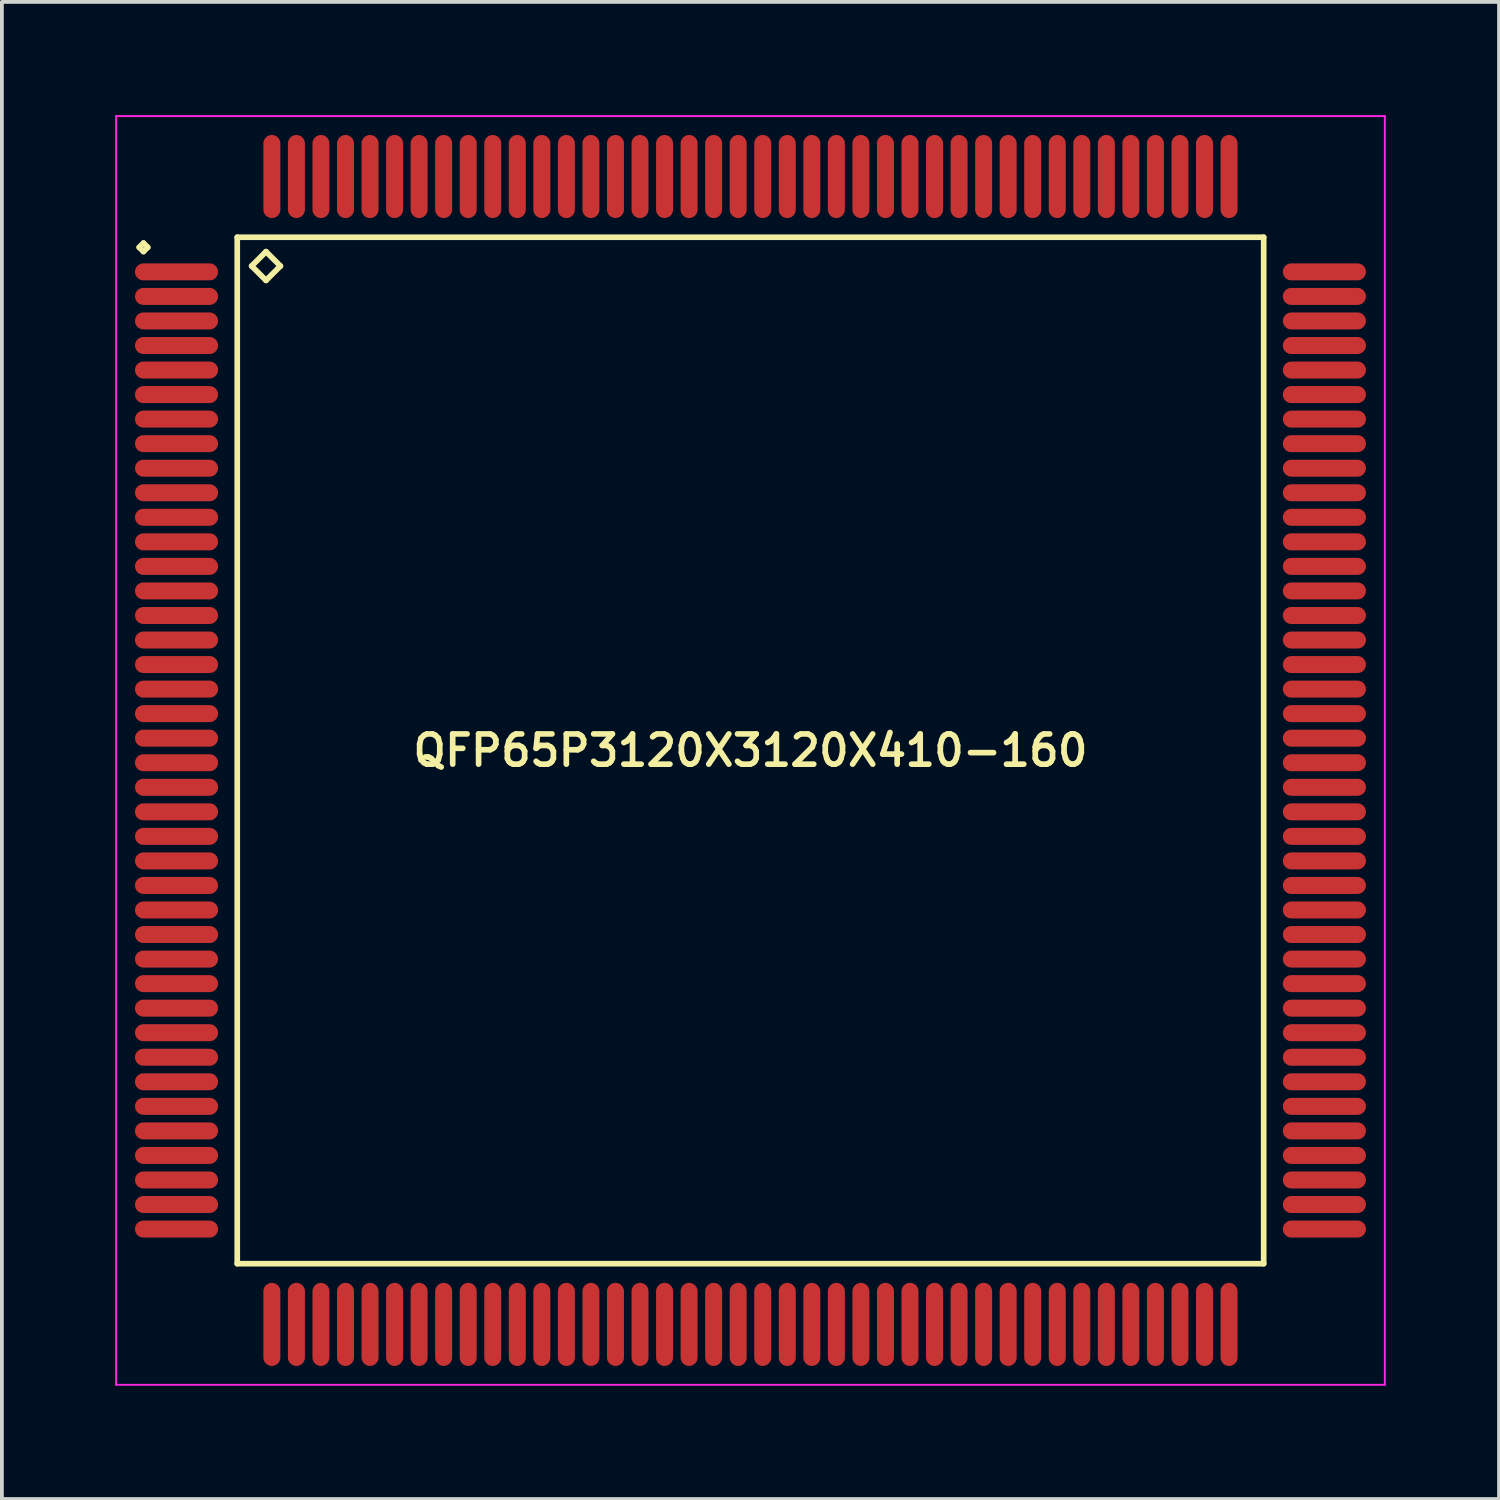
<source format=kicad_pcb>
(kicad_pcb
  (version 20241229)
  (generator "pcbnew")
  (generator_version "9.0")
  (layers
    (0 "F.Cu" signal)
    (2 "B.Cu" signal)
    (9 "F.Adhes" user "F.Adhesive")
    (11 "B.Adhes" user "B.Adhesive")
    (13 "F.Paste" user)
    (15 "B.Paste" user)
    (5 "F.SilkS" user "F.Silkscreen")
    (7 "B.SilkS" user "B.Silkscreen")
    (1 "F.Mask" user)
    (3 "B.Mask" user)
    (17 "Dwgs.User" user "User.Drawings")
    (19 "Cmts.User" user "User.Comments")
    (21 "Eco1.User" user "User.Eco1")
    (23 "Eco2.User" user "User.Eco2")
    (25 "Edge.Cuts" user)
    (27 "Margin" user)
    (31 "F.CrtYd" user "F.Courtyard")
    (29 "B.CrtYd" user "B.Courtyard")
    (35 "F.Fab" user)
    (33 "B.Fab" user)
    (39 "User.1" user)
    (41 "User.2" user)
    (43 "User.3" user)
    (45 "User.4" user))
  (footprint "QFP65P3120X3120X410-160"
    (layer "F.Cu")
    (at 16.825 16.825)
    (property "Reference" "QFP65P3120X3120X410-160" (at 0 0 0) (layer "F.SilkS") (effects (font (size 0.8 0.8) (thickness 0.15))))
    (attr smd)
    (fp_line (start -16.188 -13.325) (end -16.075 -13.438) (stroke (width 0.15) (type solid)) (layer "F.SilkS"))
    (fp_line (start -16.075 -13.438) (end -15.963 -13.325) (stroke (width 0.15) (type solid)) (layer "F.SilkS"))
    (fp_line (start -16.075 -13.213) (end -16.188 -13.325) (stroke (width 0.15) (type solid)) (layer "F.SilkS"))
    (fp_line (start -15.963 -13.325) (end -16.075 -13.213) (stroke (width 0.15) (type solid)) (layer "F.SilkS"))
    (fp_line (start -13.592 -13.592) (end -13.592 13.592) (stroke (width 0.15) (type solid)) (layer "F.SilkS"))
    (fp_line (start -13.592 13.592) (end 13.592 13.592) (stroke (width 0.15) (type solid)) (layer "F.SilkS"))
    (fp_line (start -13.211 -12.83) (end -12.83 -13.211) (stroke (width 0.15) (type solid)) (layer "F.SilkS"))
    (fp_line (start -12.83 -13.211) (end -12.449 -12.83) (stroke (width 0.15) (type solid)) (layer "F.SilkS"))
    (fp_line (start -12.83 -12.449) (end -13.211 -12.83) (stroke (width 0.15) (type solid)) (layer "F.SilkS"))
    (fp_line (start -12.449 -12.83) (end -12.83 -12.449) (stroke (width 0.15) (type solid)) (layer "F.SilkS"))
    (fp_line (start 13.592 -13.592) (end -13.592 -13.592) (stroke (width 0.15) (type solid)) (layer "F.SilkS"))
    (fp_line (start 13.592 13.592) (end 13.592 -13.592) (stroke (width 0.15) (type solid)) (layer "F.SilkS"))
    (fp_line (start -16.8 -16.8) (end 16.8 -16.8) (stroke (width 0.05) (type solid)) (layer "F.CrtYd"))
    (fp_line (start -16.8 16.8) (end -16.8 -16.8) (stroke (width 0.05) (type solid)) (layer "F.CrtYd"))
    (fp_line (start 16.8 -16.8) (end 16.8 16.8) (stroke (width 0.05) (type solid)) (layer "F.CrtYd"))
    (fp_line (start 16.8 16.8) (end -16.8 16.8) (stroke (width 0.05) (type solid)) (layer "F.CrtYd"))
    (pad "1" smd oval (at -15.2 -12.675) (size 2.2 0.45) (layers "F.Cu" "F.Mask" "F.Paste"))
    (pad "2" smd oval (at -15.2 -12.025) (size 2.2 0.45) (layers "F.Cu" "F.Mask" "F.Paste"))
    (pad "3" smd oval (at -15.2 -11.375) (size 2.2 0.45) (layers "F.Cu" "F.Mask" "F.Paste"))
    (pad "4" smd oval (at -15.2 -10.725) (size 2.2 0.45) (layers "F.Cu" "F.Mask" "F.Paste"))
    (pad "5" smd oval (at -15.2 -10.075) (size 2.2 0.45) (layers "F.Cu" "F.Mask" "F.Paste"))
    (pad "6" smd oval (at -15.2 -9.425) (size 2.2 0.45) (layers "F.Cu" "F.Mask" "F.Paste"))
    (pad "7" smd oval (at -15.2 -8.775) (size 2.2 0.45) (layers "F.Cu" "F.Mask" "F.Paste"))
    (pad "8" smd oval (at -15.2 -8.125) (size 2.2 0.45) (layers "F.Cu" "F.Mask" "F.Paste"))
    (pad "9" smd oval (at -15.2 -7.475) (size 2.2 0.45) (layers "F.Cu" "F.Mask" "F.Paste"))
    (pad "10" smd oval (at -15.2 -6.825) (size 2.2 0.45) (layers "F.Cu" "F.Mask" "F.Paste"))
    (pad "11" smd oval (at -15.2 -6.175) (size 2.2 0.45) (layers "F.Cu" "F.Mask" "F.Paste"))
    (pad "12" smd oval (at -15.2 -5.525) (size 2.2 0.45) (layers "F.Cu" "F.Mask" "F.Paste"))
    (pad "13" smd oval (at -15.2 -4.875) (size 2.2 0.45) (layers "F.Cu" "F.Mask" "F.Paste"))
    (pad "14" smd oval (at -15.2 -4.225) (size 2.2 0.45) (layers "F.Cu" "F.Mask" "F.Paste"))
    (pad "15" smd oval (at -15.2 -3.575) (size 2.2 0.45) (layers "F.Cu" "F.Mask" "F.Paste"))
    (pad "16" smd oval (at -15.2 -2.925) (size 2.2 0.45) (layers "F.Cu" "F.Mask" "F.Paste"))
    (pad "17" smd oval (at -15.2 -2.275) (size 2.2 0.45) (layers "F.Cu" "F.Mask" "F.Paste"))
    (pad "18" smd oval (at -15.2 -1.625) (size 2.2 0.45) (layers "F.Cu" "F.Mask" "F.Paste"))
    (pad "19" smd oval (at -15.2 -0.975) (size 2.2 0.45) (layers "F.Cu" "F.Mask" "F.Paste"))
    (pad "20" smd oval (at -15.2 -0.325) (size 2.2 0.45) (layers "F.Cu" "F.Mask" "F.Paste"))
    (pad "21" smd oval (at -15.2 0.325) (size 2.2 0.45) (layers "F.Cu" "F.Mask" "F.Paste"))
    (pad "22" smd oval (at -15.2 0.975) (size 2.2 0.45) (layers "F.Cu" "F.Mask" "F.Paste"))
    (pad "23" smd oval (at -15.2 1.625) (size 2.2 0.45) (layers "F.Cu" "F.Mask" "F.Paste"))
    (pad "24" smd oval (at -15.2 2.275) (size 2.2 0.45) (layers "F.Cu" "F.Mask" "F.Paste"))
    (pad "25" smd oval (at -15.2 2.925) (size 2.2 0.45) (layers "F.Cu" "F.Mask" "F.Paste"))
    (pad "26" smd oval (at -15.2 3.575) (size 2.2 0.45) (layers "F.Cu" "F.Mask" "F.Paste"))
    (pad "27" smd oval (at -15.2 4.225) (size 2.2 0.45) (layers "F.Cu" "F.Mask" "F.Paste"))
    (pad "28" smd oval (at -15.2 4.875) (size 2.2 0.45) (layers "F.Cu" "F.Mask" "F.Paste"))
    (pad "29" smd oval (at -15.2 5.525) (size 2.2 0.45) (layers "F.Cu" "F.Mask" "F.Paste"))
    (pad "30" smd oval (at -15.2 6.175) (size 2.2 0.45) (layers "F.Cu" "F.Mask" "F.Paste"))
    (pad "31" smd oval (at -15.2 6.825) (size 2.2 0.45) (layers "F.Cu" "F.Mask" "F.Paste"))
    (pad "32" smd oval (at -15.2 7.475) (size 2.2 0.45) (layers "F.Cu" "F.Mask" "F.Paste"))
    (pad "33" smd oval (at -15.2 8.125) (size 2.2 0.45) (layers "F.Cu" "F.Mask" "F.Paste"))
    (pad "34" smd oval (at -15.2 8.775) (size 2.2 0.45) (layers "F.Cu" "F.Mask" "F.Paste"))
    (pad "35" smd oval (at -15.2 9.425) (size 2.2 0.45) (layers "F.Cu" "F.Mask" "F.Paste"))
    (pad "36" smd oval (at -15.2 10.075) (size 2.2 0.45) (layers "F.Cu" "F.Mask" "F.Paste"))
    (pad "37" smd oval (at -15.2 10.725) (size 2.2 0.45) (layers "F.Cu" "F.Mask" "F.Paste"))
    (pad "38" smd oval (at -15.2 11.375) (size 2.2 0.45) (layers "F.Cu" "F.Mask" "F.Paste"))
    (pad "39" smd oval (at -15.2 12.025) (size 2.2 0.45) (layers "F.Cu" "F.Mask" "F.Paste"))
    (pad "40" smd oval (at -15.2 12.675) (size 2.2 0.45) (layers "F.Cu" "F.Mask" "F.Paste"))
    (pad "41" smd oval (at -12.675 15.2) (size 0.45 2.2) (layers "F.Cu" "F.Mask" "F.Paste"))
    (pad "42" smd oval (at -12.025 15.2) (size 0.45 2.2) (layers "F.Cu" "F.Mask" "F.Paste"))
    (pad "43" smd oval (at -11.375 15.2) (size 0.45 2.2) (layers "F.Cu" "F.Mask" "F.Paste"))
    (pad "44" smd oval (at -10.725 15.2) (size 0.45 2.2) (layers "F.Cu" "F.Mask" "F.Paste"))
    (pad "45" smd oval (at -10.075 15.2) (size 0.45 2.2) (layers "F.Cu" "F.Mask" "F.Paste"))
    (pad "46" smd oval (at -9.425 15.2) (size 0.45 2.2) (layers "F.Cu" "F.Mask" "F.Paste"))
    (pad "47" smd oval (at -8.775 15.2) (size 0.45 2.2) (layers "F.Cu" "F.Mask" "F.Paste"))
    (pad "48" smd oval (at -8.125 15.2) (size 0.45 2.2) (layers "F.Cu" "F.Mask" "F.Paste"))
    (pad "49" smd oval (at -7.475 15.2) (size 0.45 2.2) (layers "F.Cu" "F.Mask" "F.Paste"))
    (pad "50" smd oval (at -6.825 15.2) (size 0.45 2.2) (layers "F.Cu" "F.Mask" "F.Paste"))
    (pad "51" smd oval (at -6.175 15.2) (size 0.45 2.2) (layers "F.Cu" "F.Mask" "F.Paste"))
    (pad "52" smd oval (at -5.525 15.2) (size 0.45 2.2) (layers "F.Cu" "F.Mask" "F.Paste"))
    (pad "53" smd oval (at -4.875 15.2) (size 0.45 2.2) (layers "F.Cu" "F.Mask" "F.Paste"))
    (pad "54" smd oval (at -4.225 15.2) (size 0.45 2.2) (layers "F.Cu" "F.Mask" "F.Paste"))
    (pad "55" smd oval (at -3.575 15.2) (size 0.45 2.2) (layers "F.Cu" "F.Mask" "F.Paste"))
    (pad "56" smd oval (at -2.925 15.2) (size 0.45 2.2) (layers "F.Cu" "F.Mask" "F.Paste"))
    (pad "57" smd oval (at -2.275 15.2) (size 0.45 2.2) (layers "F.Cu" "F.Mask" "F.Paste"))
    (pad "58" smd oval (at -1.625 15.2) (size 0.45 2.2) (layers "F.Cu" "F.Mask" "F.Paste"))
    (pad "59" smd oval (at -0.975 15.2) (size 0.45 2.2) (layers "F.Cu" "F.Mask" "F.Paste"))
    (pad "60" smd oval (at -0.325 15.2) (size 0.45 2.2) (layers "F.Cu" "F.Mask" "F.Paste"))
    (pad "61" smd oval (at 0.325 15.2) (size 0.45 2.2) (layers "F.Cu" "F.Mask" "F.Paste"))
    (pad "62" smd oval (at 0.975 15.2) (size 0.45 2.2) (layers "F.Cu" "F.Mask" "F.Paste"))
    (pad "63" smd oval (at 1.625 15.2) (size 0.45 2.2) (layers "F.Cu" "F.Mask" "F.Paste"))
    (pad "64" smd oval (at 2.275 15.2) (size 0.45 2.2) (layers "F.Cu" "F.Mask" "F.Paste"))
    (pad "65" smd oval (at 2.925 15.2) (size 0.45 2.2) (layers "F.Cu" "F.Mask" "F.Paste"))
    (pad "66" smd oval (at 3.575 15.2) (size 0.45 2.2) (layers "F.Cu" "F.Mask" "F.Paste"))
    (pad "67" smd oval (at 4.225 15.2) (size 0.45 2.2) (layers "F.Cu" "F.Mask" "F.Paste"))
    (pad "68" smd oval (at 4.875 15.2) (size 0.45 2.2) (layers "F.Cu" "F.Mask" "F.Paste"))
    (pad "69" smd oval (at 5.525 15.2) (size 0.45 2.2) (layers "F.Cu" "F.Mask" "F.Paste"))
    (pad "70" smd oval (at 6.175 15.2) (size 0.45 2.2) (layers "F.Cu" "F.Mask" "F.Paste"))
    (pad "71" smd oval (at 6.825 15.2) (size 0.45 2.2) (layers "F.Cu" "F.Mask" "F.Paste"))
    (pad "72" smd oval (at 7.475 15.2) (size 0.45 2.2) (layers "F.Cu" "F.Mask" "F.Paste"))
    (pad "73" smd oval (at 8.125 15.2) (size 0.45 2.2) (layers "F.Cu" "F.Mask" "F.Paste"))
    (pad "74" smd oval (at 8.775 15.2) (size 0.45 2.2) (layers "F.Cu" "F.Mask" "F.Paste"))
    (pad "75" smd oval (at 9.425 15.2) (size 0.45 2.2) (layers "F.Cu" "F.Mask" "F.Paste"))
    (pad "76" smd oval (at 10.075 15.2) (size 0.45 2.2) (layers "F.Cu" "F.Mask" "F.Paste"))
    (pad "77" smd oval (at 10.725 15.2) (size 0.45 2.2) (layers "F.Cu" "F.Mask" "F.Paste"))
    (pad "78" smd oval (at 11.375 15.2) (size 0.45 2.2) (layers "F.Cu" "F.Mask" "F.Paste"))
    (pad "79" smd oval (at 12.025 15.2) (size 0.45 2.2) (layers "F.Cu" "F.Mask" "F.Paste"))
    (pad "80" smd oval (at 12.675 15.2) (size 0.45 2.2) (layers "F.Cu" "F.Mask" "F.Paste"))
    (pad "81" smd oval (at 15.2 12.675) (size 2.2 0.45) (layers "F.Cu" "F.Mask" "F.Paste"))
    (pad "82" smd oval (at 15.2 12.025) (size 2.2 0.45) (layers "F.Cu" "F.Mask" "F.Paste"))
    (pad "83" smd oval (at 15.2 11.375) (size 2.2 0.45) (layers "F.Cu" "F.Mask" "F.Paste"))
    (pad "84" smd oval (at 15.2 10.725) (size 2.2 0.45) (layers "F.Cu" "F.Mask" "F.Paste"))
    (pad "85" smd oval (at 15.2 10.075) (size 2.2 0.45) (layers "F.Cu" "F.Mask" "F.Paste"))
    (pad "86" smd oval (at 15.2 9.425) (size 2.2 0.45) (layers "F.Cu" "F.Mask" "F.Paste"))
    (pad "87" smd oval (at 15.2 8.775) (size 2.2 0.45) (layers "F.Cu" "F.Mask" "F.Paste"))
    (pad "88" smd oval (at 15.2 8.125) (size 2.2 0.45) (layers "F.Cu" "F.Mask" "F.Paste"))
    (pad "89" smd oval (at 15.2 7.475) (size 2.2 0.45) (layers "F.Cu" "F.Mask" "F.Paste"))
    (pad "90" smd oval (at 15.2 6.825) (size 2.2 0.45) (layers "F.Cu" "F.Mask" "F.Paste"))
    (pad "91" smd oval (at 15.2 6.175) (size 2.2 0.45) (layers "F.Cu" "F.Mask" "F.Paste"))
    (pad "92" smd oval (at 15.2 5.525) (size 2.2 0.45) (layers "F.Cu" "F.Mask" "F.Paste"))
    (pad "93" smd oval (at 15.2 4.875) (size 2.2 0.45) (layers "F.Cu" "F.Mask" "F.Paste"))
    (pad "94" smd oval (at 15.2 4.225) (size 2.2 0.45) (layers "F.Cu" "F.Mask" "F.Paste"))
    (pad "95" smd oval (at 15.2 3.575) (size 2.2 0.45) (layers "F.Cu" "F.Mask" "F.Paste"))
    (pad "96" smd oval (at 15.2 2.925) (size 2.2 0.45) (layers "F.Cu" "F.Mask" "F.Paste"))
    (pad "97" smd oval (at 15.2 2.275) (size 2.2 0.45) (layers "F.Cu" "F.Mask" "F.Paste"))
    (pad "98" smd oval (at 15.2 1.625) (size 2.2 0.45) (layers "F.Cu" "F.Mask" "F.Paste"))
    (pad "99" smd oval (at 15.2 0.975) (size 2.2 0.45) (layers "F.Cu" "F.Mask" "F.Paste"))
    (pad "100" smd oval (at 15.2 0.325) (size 2.2 0.45) (layers "F.Cu" "F.Mask" "F.Paste"))
    (pad "101" smd oval (at 15.2 -0.325) (size 2.2 0.45) (layers "F.Cu" "F.Mask" "F.Paste"))
    (pad "102" smd oval (at 15.2 -0.975) (size 2.2 0.45) (layers "F.Cu" "F.Mask" "F.Paste"))
    (pad "103" smd oval (at 15.2 -1.625) (size 2.2 0.45) (layers "F.Cu" "F.Mask" "F.Paste"))
    (pad "104" smd oval (at 15.2 -2.275) (size 2.2 0.45) (layers "F.Cu" "F.Mask" "F.Paste"))
    (pad "105" smd oval (at 15.2 -2.925) (size 2.2 0.45) (layers "F.Cu" "F.Mask" "F.Paste"))
    (pad "106" smd oval (at 15.2 -3.575) (size 2.2 0.45) (layers "F.Cu" "F.Mask" "F.Paste"))
    (pad "107" smd oval (at 15.2 -4.225) (size 2.2 0.45) (layers "F.Cu" "F.Mask" "F.Paste"))
    (pad "108" smd oval (at 15.2 -4.875) (size 2.2 0.45) (layers "F.Cu" "F.Mask" "F.Paste"))
    (pad "109" smd oval (at 15.2 -5.525) (size 2.2 0.45) (layers "F.Cu" "F.Mask" "F.Paste"))
    (pad "110" smd oval (at 15.2 -6.175) (size 2.2 0.45) (layers "F.Cu" "F.Mask" "F.Paste"))
    (pad "111" smd oval (at 15.2 -6.825) (size 2.2 0.45) (layers "F.Cu" "F.Mask" "F.Paste"))
    (pad "112" smd oval (at 15.2 -7.475) (size 2.2 0.45) (layers "F.Cu" "F.Mask" "F.Paste"))
    (pad "113" smd oval (at 15.2 -8.125) (size 2.2 0.45) (layers "F.Cu" "F.Mask" "F.Paste"))
    (pad "114" smd oval (at 15.2 -8.775) (size 2.2 0.45) (layers "F.Cu" "F.Mask" "F.Paste"))
    (pad "115" smd oval (at 15.2 -9.425) (size 2.2 0.45) (layers "F.Cu" "F.Mask" "F.Paste"))
    (pad "116" smd oval (at 15.2 -10.075) (size 2.2 0.45) (layers "F.Cu" "F.Mask" "F.Paste"))
    (pad "117" smd oval (at 15.2 -10.725) (size 2.2 0.45) (layers "F.Cu" "F.Mask" "F.Paste"))
    (pad "118" smd oval (at 15.2 -11.375) (size 2.2 0.45) (layers "F.Cu" "F.Mask" "F.Paste"))
    (pad "119" smd oval (at 15.2 -12.025) (size 2.2 0.45) (layers "F.Cu" "F.Mask" "F.Paste"))
    (pad "120" smd oval (at 15.2 -12.675) (size 2.2 0.45) (layers "F.Cu" "F.Mask" "F.Paste"))
    (pad "121" smd oval (at 12.675 -15.2) (size 0.45 2.2) (layers "F.Cu" "F.Mask" "F.Paste"))
    (pad "122" smd oval (at 12.025 -15.2) (size 0.45 2.2) (layers "F.Cu" "F.Mask" "F.Paste"))
    (pad "123" smd oval (at 11.375 -15.2) (size 0.45 2.2) (layers "F.Cu" "F.Mask" "F.Paste"))
    (pad "124" smd oval (at 10.725 -15.2) (size 0.45 2.2) (layers "F.Cu" "F.Mask" "F.Paste"))
    (pad "125" smd oval (at 10.075 -15.2) (size 0.45 2.2) (layers "F.Cu" "F.Mask" "F.Paste"))
    (pad "126" smd oval (at 9.425 -15.2) (size 0.45 2.2) (layers "F.Cu" "F.Mask" "F.Paste"))
    (pad "127" smd oval (at 8.775 -15.2) (size 0.45 2.2) (layers "F.Cu" "F.Mask" "F.Paste"))
    (pad "128" smd oval (at 8.125 -15.2) (size 0.45 2.2) (layers "F.Cu" "F.Mask" "F.Paste"))
    (pad "129" smd oval (at 7.475 -15.2) (size 0.45 2.2) (layers "F.Cu" "F.Mask" "F.Paste"))
    (pad "130" smd oval (at 6.825 -15.2) (size 0.45 2.2) (layers "F.Cu" "F.Mask" "F.Paste"))
    (pad "131" smd oval (at 6.175 -15.2) (size 0.45 2.2) (layers "F.Cu" "F.Mask" "F.Paste"))
    (pad "132" smd oval (at 5.525 -15.2) (size 0.45 2.2) (layers "F.Cu" "F.Mask" "F.Paste"))
    (pad "133" smd oval (at 4.875 -15.2) (size 0.45 2.2) (layers "F.Cu" "F.Mask" "F.Paste"))
    (pad "134" smd oval (at 4.225 -15.2) (size 0.45 2.2) (layers "F.Cu" "F.Mask" "F.Paste"))
    (pad "135" smd oval (at 3.575 -15.2) (size 0.45 2.2) (layers "F.Cu" "F.Mask" "F.Paste"))
    (pad "136" smd oval (at 2.925 -15.2) (size 0.45 2.2) (layers "F.Cu" "F.Mask" "F.Paste"))
    (pad "137" smd oval (at 2.275 -15.2) (size 0.45 2.2) (layers "F.Cu" "F.Mask" "F.Paste"))
    (pad "138" smd oval (at 1.625 -15.2) (size 0.45 2.2) (layers "F.Cu" "F.Mask" "F.Paste"))
    (pad "139" smd oval (at 0.975 -15.2) (size 0.45 2.2) (layers "F.Cu" "F.Mask" "F.Paste"))
    (pad "140" smd oval (at 0.325 -15.2) (size 0.45 2.2) (layers "F.Cu" "F.Mask" "F.Paste"))
    (pad "141" smd oval (at -0.325 -15.2) (size 0.45 2.2) (layers "F.Cu" "F.Mask" "F.Paste"))
    (pad "142" smd oval (at -0.975 -15.2) (size 0.45 2.2) (layers "F.Cu" "F.Mask" "F.Paste"))
    (pad "143" smd oval (at -1.625 -15.2) (size 0.45 2.2) (layers "F.Cu" "F.Mask" "F.Paste"))
    (pad "144" smd oval (at -2.275 -15.2) (size 0.45 2.2) (layers "F.Cu" "F.Mask" "F.Paste"))
    (pad "145" smd oval (at -2.925 -15.2) (size 0.45 2.2) (layers "F.Cu" "F.Mask" "F.Paste"))
    (pad "146" smd oval (at -3.575 -15.2) (size 0.45 2.2) (layers "F.Cu" "F.Mask" "F.Paste"))
    (pad "147" smd oval (at -4.225 -15.2) (size 0.45 2.2) (layers "F.Cu" "F.Mask" "F.Paste"))
    (pad "148" smd oval (at -4.875 -15.2) (size 0.45 2.2) (layers "F.Cu" "F.Mask" "F.Paste"))
    (pad "149" smd oval (at -5.525 -15.2) (size 0.45 2.2) (layers "F.Cu" "F.Mask" "F.Paste"))
    (pad "150" smd oval (at -6.175 -15.2) (size 0.45 2.2) (layers "F.Cu" "F.Mask" "F.Paste"))
    (pad "151" smd oval (at -6.825 -15.2) (size 0.45 2.2) (layers "F.Cu" "F.Mask" "F.Paste"))
    (pad "152" smd oval (at -7.475 -15.2) (size 0.45 2.2) (layers "F.Cu" "F.Mask" "F.Paste"))
    (pad "153" smd oval (at -8.125 -15.2) (size 0.45 2.2) (layers "F.Cu" "F.Mask" "F.Paste"))
    (pad "154" smd oval (at -8.775 -15.2) (size 0.45 2.2) (layers "F.Cu" "F.Mask" "F.Paste"))
    (pad "155" smd oval (at -9.425 -15.2) (size 0.45 2.2) (layers "F.Cu" "F.Mask" "F.Paste"))
    (pad "156" smd oval (at -10.075 -15.2) (size 0.45 2.2) (layers "F.Cu" "F.Mask" "F.Paste"))
    (pad "157" smd oval (at -10.725 -15.2) (size 0.45 2.2) (layers "F.Cu" "F.Mask" "F.Paste"))
    (pad "158" smd oval (at -11.375 -15.2) (size 0.45 2.2) (layers "F.Cu" "F.Mask" "F.Paste"))
    (pad "159" smd oval (at -12.025 -15.2) (size 0.45 2.2) (layers "F.Cu" "F.Mask" "F.Paste"))
    (pad "160" smd oval (at -12.675 -15.2) (size 0.45 2.2) (layers "F.Cu" "F.Mask" "F.Paste")))
  (gr_rect
    (start -3 -3)
    (end 36.65 36.65)
    (stroke (width 0.1) (type default))
    (fill no)
    (layer "Edge.Cuts")))
</source>
